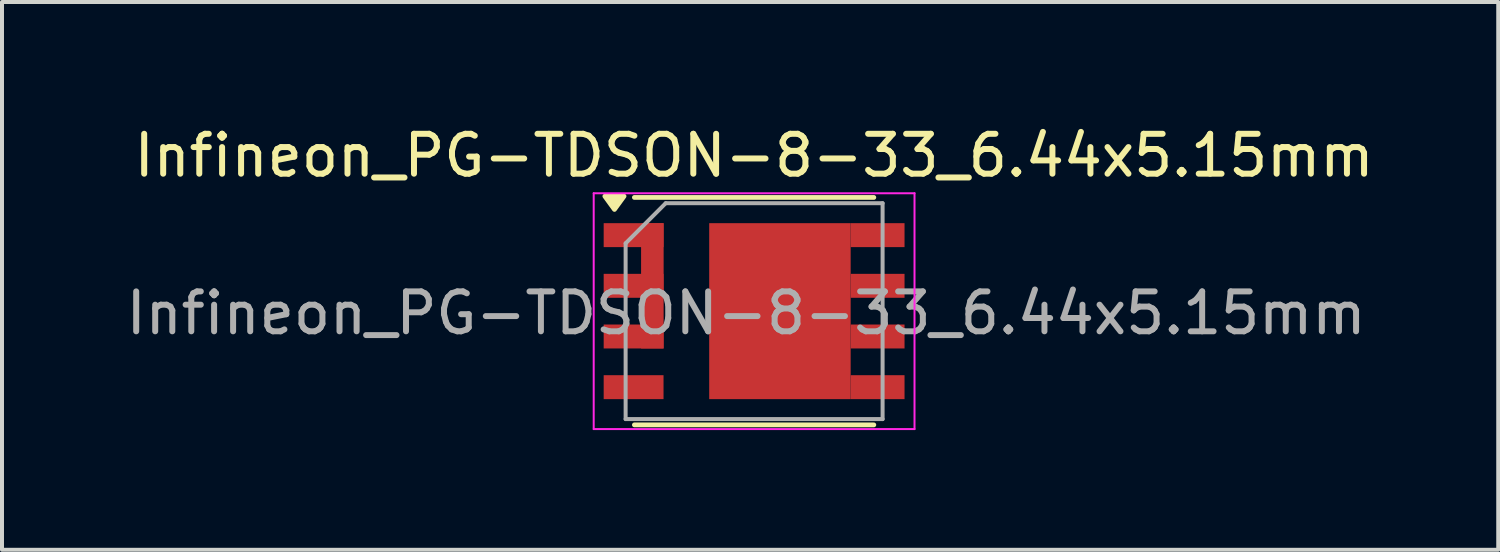
<source format=kicad_pcb>
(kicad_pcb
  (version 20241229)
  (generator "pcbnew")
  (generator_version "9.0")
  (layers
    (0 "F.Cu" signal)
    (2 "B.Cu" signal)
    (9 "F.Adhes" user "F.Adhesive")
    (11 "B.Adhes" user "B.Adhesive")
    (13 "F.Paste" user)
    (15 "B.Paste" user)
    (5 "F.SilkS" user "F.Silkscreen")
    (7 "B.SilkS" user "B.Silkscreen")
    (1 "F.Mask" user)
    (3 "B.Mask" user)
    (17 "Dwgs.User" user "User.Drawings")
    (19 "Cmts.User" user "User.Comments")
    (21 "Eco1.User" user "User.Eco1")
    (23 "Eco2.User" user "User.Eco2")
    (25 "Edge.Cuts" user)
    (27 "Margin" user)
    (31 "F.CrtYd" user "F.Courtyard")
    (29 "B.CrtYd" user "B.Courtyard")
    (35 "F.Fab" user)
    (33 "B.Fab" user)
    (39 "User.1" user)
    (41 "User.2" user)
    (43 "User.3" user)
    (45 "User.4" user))
  (footprint "Infineon_PG-TDSON-8-33_6.44x5.15mm"
    (layer "F.Cu")
    (at 15.849 4.748)
    (property "Reference" "Infineon_PG-TDSON-8-33_6.44x5.15mm" (at 0 -3.9 0) (layer "F.SilkS") (effects (font (size 1 1) (thickness 0.15))))
    (attr smd)
    (fp_line (start 3 -2.85) (end -3 -2.85) (stroke (width 0.12) (type solid)) (layer "F.SilkS"))
    (fp_line (start 3 2.85) (end -3 2.85) (stroke (width 0.12) (type solid)) (layer "F.SilkS"))
    (fp_poly (pts (xy -3.5 -2.55) (xy -3.74 -2.88) (xy -3.26 -2.88) (xy -3.5 -2.55)) (stroke (width 0.12) (type solid)) (fill yes) (layer "F.SilkS"))
    (fp_line (start -4.02 -2.955) (end 4.02 -2.955) (stroke (width 0.05) (type solid)) (layer "F.CrtYd"))
    (fp_line (start -4.02 2.955) (end -4.02 -2.955) (stroke (width 0.05) (type solid)) (layer "F.CrtYd"))
    (fp_line (start 4.02 -2.955) (end 4.02 2.955) (stroke (width 0.05) (type solid)) (layer "F.CrtYd"))
    (fp_line (start 4.02 2.955) (end -4.02 2.955) (stroke (width 0.05) (type solid)) (layer "F.CrtYd"))
    (fp_line (start -3.22 -1.7) (end -3.22 2.705) (stroke (width 0.1) (type solid)) (layer "F.Fab"))
    (fp_line (start -2.216 -2.705) (end -3.22 -1.7) (stroke (width 0.1) (type solid)) (layer "F.Fab"))
    (fp_line (start -2.216 -2.705) (end 3.22 -2.705) (stroke (width 0.1) (type solid)) (layer "F.Fab"))
    (fp_line (start 3.22 -2.705) (end 3.22 2.705) (stroke (width 0.1) (type solid)) (layer "F.Fab"))
    (fp_line (start 3.22 2.705) (end -3.22 2.705) (stroke (width 0.1) (type solid)) (layer "F.Fab"))
    (fp_text user "${REFERENCE}" (at -0.2 0.05 180) (layer "F.Fab") (effects (font (size 1 1) (thickness 0.15))))
    (pad "" smd rect (at -3.345 -1.905) (size 0.75 0.5) (layers "F.Paste"))
    (pad "" smd rect (at -3.345 -0.635) (size 0.75 0.5) (layers "F.Paste"))
    (pad "" smd rect (at -3.345 0.635) (size 0.75 0.5) (layers "F.Paste"))
    (pad "" smd rect (at -3.12 1.905) (size 1.2 0.5) (layers "F.Paste"))
    (pad "" smd rect (at -2.545 -1.73) (size 0.45 0.85) (layers "F.Paste"))
    (pad "" smd rect (at -2.545 -0.635) (size 0.45 0.85) (layers "F.Paste"))
    (pad "" smd rect (at -2.545 0.46) (size 0.45 0.85) (layers "F.Paste"))
    (pad "" smd rect (at -0.205 -0.85) (size 1.5 1.5) (layers "F.Paste"))
    (pad "" smd rect (at -0.205 0.85) (size 1.5 1.5) (layers "F.Paste"))
    (pad "" smd rect (at 1.495 -0.85) (size 1.5 1.5) (layers "F.Paste"))
    (pad "" smd rect (at 1.495 0.85) (size 1.5 1.5) (layers "F.Paste"))
    (pad "1" smd rect (at -3.02 -1.905) (size 1.5 0.6) (layers "F.Cu" "F.Mask"))
    (pad "1" smd rect (at -2.55 -0.635) (size 0.565 3.14) (layers "F.Cu" "F.Mask"))
    (pad "2" smd rect (at -3.02 -0.635) (size 1.5 0.6) (layers "F.Cu" "F.Mask"))
    (pad "3" smd rect (at -3.02 0.635) (size 1.5 0.6) (layers "F.Cu" "F.Mask"))
    (pad "4" smd rect (at -3.02 1.905) (size 1.5 0.6) (layers "F.Cu" "F.Mask"))
    (pad "5" smd rect (at 0.647 0) (size 3.545 4.41) (layers "F.Cu" "F.Mask"))
    (pad "5" smd rect (at 3.095 1.905) (size 1.35 0.6) (layers "F.Cu" "F.Mask" "F.Paste"))
    (pad "6" smd rect (at 3.095 0.635) (size 1.35 0.6) (layers "F.Cu" "F.Mask" "F.Paste"))
    (pad "7" smd rect (at 3.095 -0.635) (size 1.35 0.6) (layers "F.Cu" "F.Mask" "F.Paste"))
    (pad "8" smd rect (at 3.095 -1.905) (size 1.35 0.6) (layers "F.Cu" "F.Mask" "F.Paste")))
  (gr_rect
    (start -3 -3)
    (end 34.498 10.728)
    (stroke (width 0.1) (type default))
    (fill no)
    (layer "Edge.Cuts")))
</source>
